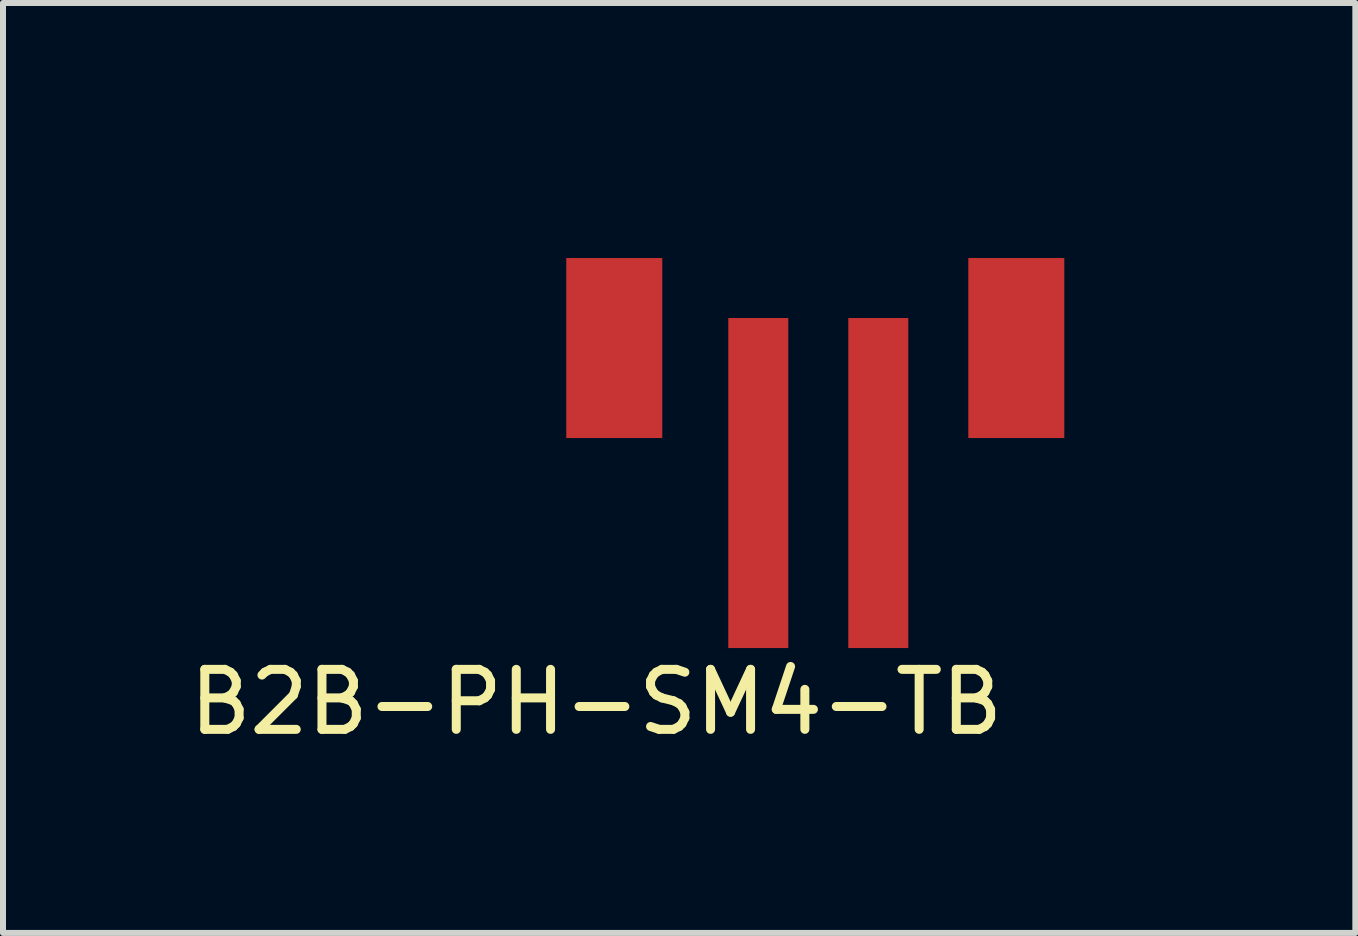
<source format=kicad_pcb>
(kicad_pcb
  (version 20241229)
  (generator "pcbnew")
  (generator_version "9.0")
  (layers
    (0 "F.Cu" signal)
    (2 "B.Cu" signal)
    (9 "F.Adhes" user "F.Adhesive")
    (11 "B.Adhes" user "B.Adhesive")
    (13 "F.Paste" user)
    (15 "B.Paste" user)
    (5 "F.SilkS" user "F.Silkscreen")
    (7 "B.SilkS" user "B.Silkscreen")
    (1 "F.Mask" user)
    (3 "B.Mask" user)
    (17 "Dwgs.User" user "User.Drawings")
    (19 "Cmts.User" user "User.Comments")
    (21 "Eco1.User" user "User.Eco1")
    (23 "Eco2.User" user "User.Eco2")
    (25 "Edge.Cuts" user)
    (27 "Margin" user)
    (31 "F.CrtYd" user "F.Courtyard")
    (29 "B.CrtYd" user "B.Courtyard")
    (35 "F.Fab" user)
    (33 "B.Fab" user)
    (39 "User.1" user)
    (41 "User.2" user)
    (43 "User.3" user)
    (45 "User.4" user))
  (footprint "B2B-PH-SM4-TB"
    (layer "F.Cu")
    (at 16.287 0.25)
    (property "Reference" "B2B-PH-SM4-TB" (at -9.4 8.4 0) (layer "F.SilkS") (effects (font (size 1 1) (thickness 0.15))))
    (attr through_hole)
    (fp_line (start -11.5 0) (end -11.5 7.5) (stroke (width 0.15) (type solid)) (layer "B.Paste"))
    (fp_line (start -11.5 0) (end 0 0) (stroke (width 0.15) (type solid)) (layer "B.Paste"))
    (fp_line (start -11.5 7.5) (end -7.6 7.5) (stroke (width 0.15) (type solid)) (layer "B.Paste"))
    (fp_line (start -3.9 7.5) (end 0 7.5) (stroke (width 0.15) (type solid)) (layer "B.Paste"))
    (fp_line (start 0 0) (end 0 7.5) (stroke (width 0.15) (type solid)) (layer "B.Paste"))
    (pad "" smd rect (at -9.1 2.5) (size 1.6 3) (layers "F.Cu" "F.Mask" "F.Paste"))
    (pad "" smd rect (at -2.4 2.5) (size 1.6 3) (layers "F.Cu" "F.Mask" "F.Paste"))
    (pad "1" smd rect (at -6.7 4.75) (size 1 5.5) (layers "F.Cu" "F.Mask" "F.Paste"))
    (pad "2" smd rect (at -4.7 4.75) (size 1 5.5) (layers "F.Cu" "F.Mask" "F.Paste")))
  (gr_rect
    (start -3 -3)
    (end 19.537 12.498)
    (stroke (width 0.1) (type default))
    (fill no)
    (layer "Edge.Cuts")))
</source>
